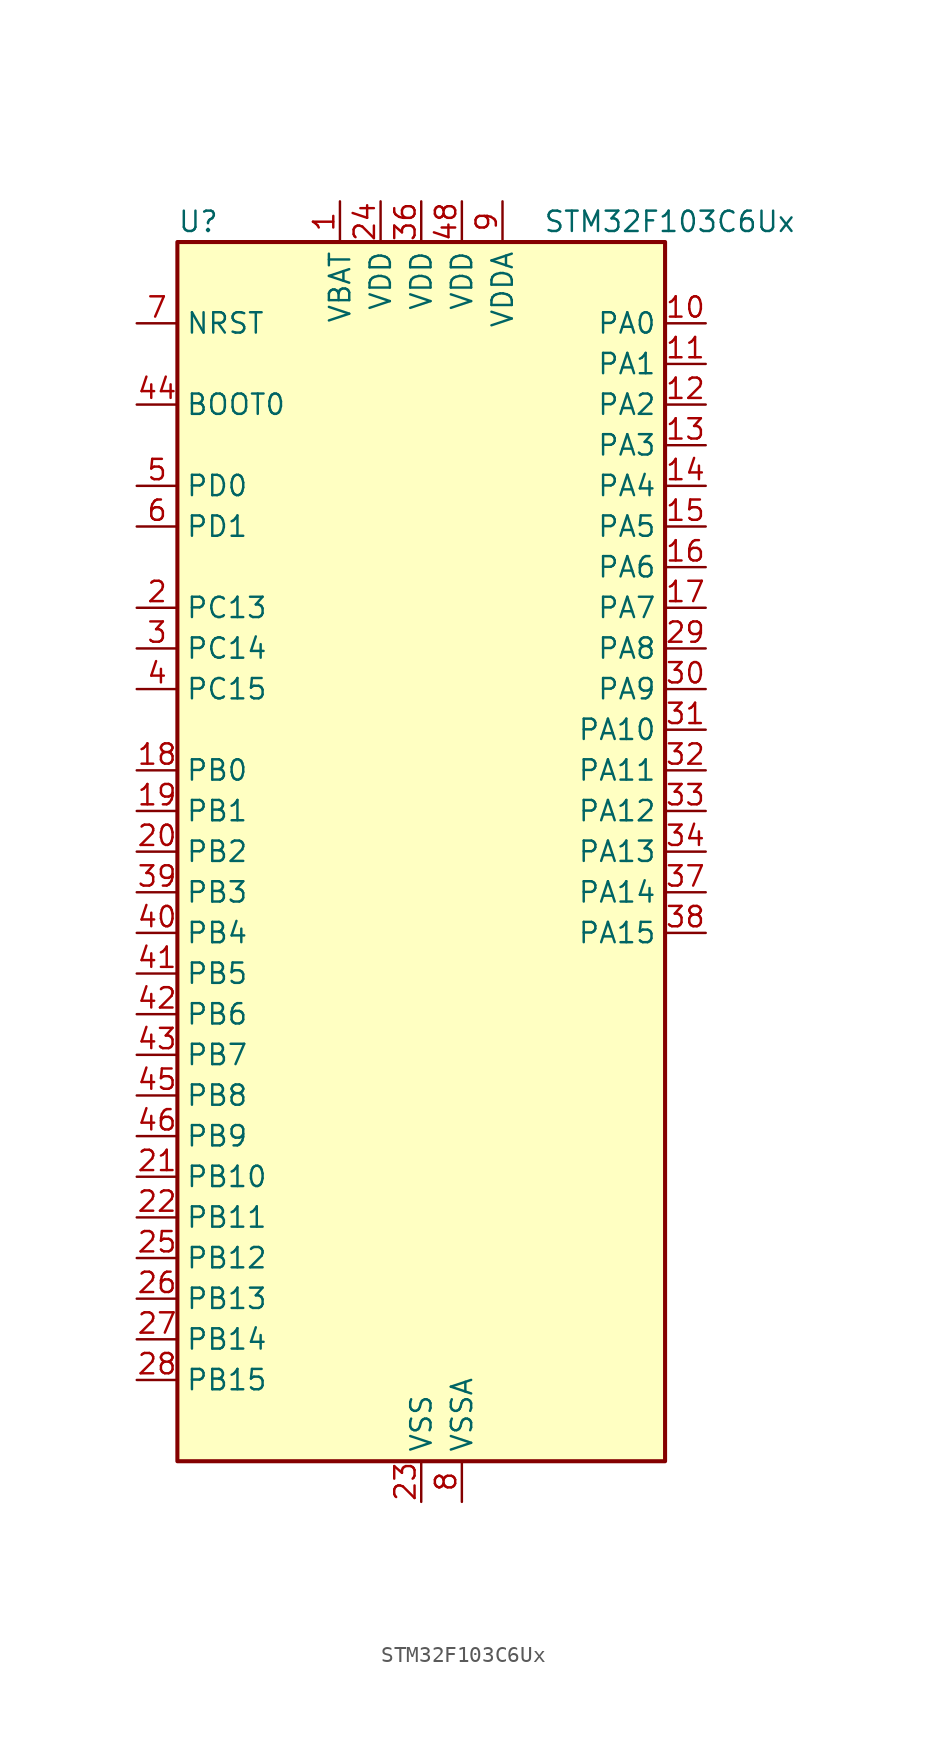
<source format=kicad_sym>
(kicad_symbol_lib
  (version 20241209)
  (generator "kicad_symbol_editor")
  (generator_version "9.0")
  (symbol "STM32F103C6Ux"
    (property "Reference" "U"
      (at -15.24 39.37 0)
      (effects (font (size 1.27 1.27)) (justify left)))
    (property "Value" "STM32F103C6Ux"
      (at 7.62 39.37 0)
      (effects (font (size 1.27 1.27)) (justify left)))
    (symbol "STM32F103C6Ux_0_1"
      (rectangle (start -15.24 -38.1) (end 15.24 38.1) (stroke (width 0.254) (type default)) (fill (type background))))
    (symbol "STM32F103C6Ux_1_1"
      (pin input line (at -17.78 33.02 0) (length 2.54) (name "NRST" (effects (font (size 1.27 1.27)))) (number "7" (effects (font (size 1.27 1.27)))))
      (pin input line (at -17.78 27.94 0) (length 2.54) (name "BOOT0" (effects (font (size 1.27 1.27)))) (number "44" (effects (font (size 1.27 1.27)))))
      (pin bidirectional line (at -17.78 22.86 0) (length 2.54) (name "PD0" (effects (font (size 1.27 1.27)))) (number "5" (effects (font (size 1.27 1.27)))) (alternate "RCC_OSC_IN" bidirectional line))
      (pin bidirectional line (at -17.78 20.32 0) (length 2.54) (name "PD1" (effects (font (size 1.27 1.27)))) (number "6" (effects (font (size 1.27 1.27)))) (alternate "RCC_OSC_OUT" bidirectional line))
      (pin bidirectional line (at -17.78 15.24 0) (length 2.54) (name "PC13" (effects (font (size 1.27 1.27)))) (number "2" (effects (font (size 1.27 1.27)))) (alternate "RTC_OUT" bidirectional line) (alternate "RTC_TAMPER" bidirectional line))
      (pin bidirectional line (at -17.78 12.7 0) (length 2.54) (name "PC14" (effects (font (size 1.27 1.27)))) (number "3" (effects (font (size 1.27 1.27)))) (alternate "RCC_OSC32_IN" bidirectional line))
      (pin bidirectional line (at -17.78 10.16 0) (length 2.54) (name "PC15" (effects (font (size 1.27 1.27)))) (number "4" (effects (font (size 1.27 1.27)))) (alternate "ADC1_EXTI15" bidirectional line) (alternate "ADC2_EXTI15" bidirectional line) (alternate "RCC_OSC32_OUT" bidirectional line))
      (pin bidirectional line (at -17.78 5.08 0) (length 2.54) (name "PB0" (effects (font (size 1.27 1.27)))) (number "18" (effects (font (size 1.27 1.27)))) (alternate "ADC1_IN8" bidirectional line) (alternate "ADC2_IN8" bidirectional line) (alternate "TIM1_CH2N" bidirectional line) (alternate "TIM3_CH3" bidirectional line))
      (pin bidirectional line (at -17.78 2.54 0) (length 2.54) (name "PB1" (effects (font (size 1.27 1.27)))) (number "19" (effects (font (size 1.27 1.27)))) (alternate "ADC1_IN9" bidirectional line) (alternate "ADC2_IN9" bidirectional line) (alternate "TIM1_CH3N" bidirectional line) (alternate "TIM3_CH4" bidirectional line))
      (pin bidirectional line (at -17.78 0 0) (length 2.54) (name "PB2" (effects (font (size 1.27 1.27)))) (number "20" (effects (font (size 1.27 1.27)))))
      (pin bidirectional line (at -17.78 -2.54 0) (length 2.54) (name "PB3" (effects (font (size 1.27 1.27)))) (number "39" (effects (font (size 1.27 1.27)))) (alternate "SPI1_SCK" bidirectional line) (alternate "SYS_JTDO-TRACESWO" bidirectional line) (alternate "TIM2_CH2" bidirectional line))
      (pin bidirectional line (at -17.78 -5.08 0) (length 2.54) (name "PB4" (effects (font (size 1.27 1.27)))) (number "40" (effects (font (size 1.27 1.27)))) (alternate "SPI1_MISO" bidirectional line) (alternate "SYS_NJTRST" bidirectional line) (alternate "TIM3_CH1" bidirectional line))
      (pin bidirectional line (at -17.78 -7.62 0) (length 2.54) (name "PB5" (effects (font (size 1.27 1.27)))) (number "41" (effects (font (size 1.27 1.27)))) (alternate "I2C1_SMBA" bidirectional line) (alternate "SPI1_MOSI" bidirectional line) (alternate "TIM3_CH2" bidirectional line))
      (pin bidirectional line (at -17.78 -10.16 0) (length 2.54) (name "PB6" (effects (font (size 1.27 1.27)))) (number "42" (effects (font (size 1.27 1.27)))) (alternate "I2C1_SCL" bidirectional line) (alternate "USART1_TX" bidirectional line))
      (pin bidirectional line (at -17.78 -12.7 0) (length 2.54) (name "PB7" (effects (font (size 1.27 1.27)))) (number "43" (effects (font (size 1.27 1.27)))) (alternate "I2C1_SDA" bidirectional line) (alternate "USART1_RX" bidirectional line))
      (pin bidirectional line (at -17.78 -15.24 0) (length 2.54) (name "PB8" (effects (font (size 1.27 1.27)))) (number "45" (effects (font (size 1.27 1.27)))) (alternate "CAN_RX" bidirectional line) (alternate "I2C1_SCL" bidirectional line))
      (pin bidirectional line (at -17.78 -17.78 0) (length 2.54) (name "PB9" (effects (font (size 1.27 1.27)))) (number "46" (effects (font (size 1.27 1.27)))) (alternate "CAN_TX" bidirectional line) (alternate "I2C1_SDA" bidirectional line))
      (pin bidirectional line (at -17.78 -20.32 0) (length 2.54) (name "PB10" (effects (font (size 1.27 1.27)))) (number "21" (effects (font (size 1.27 1.27)))) (alternate "TIM2_CH3" bidirectional line))
      (pin bidirectional line (at -17.78 -22.86 0) (length 2.54) (name "PB11" (effects (font (size 1.27 1.27)))) (number "22" (effects (font (size 1.27 1.27)))) (alternate "ADC1_EXTI11" bidirectional line) (alternate "ADC2_EXTI11" bidirectional line) (alternate "TIM2_CH4" bidirectional line))
      (pin bidirectional line (at -17.78 -25.4 0) (length 2.54) (name "PB12" (effects (font (size 1.27 1.27)))) (number "25" (effects (font (size 1.27 1.27)))) (alternate "TIM1_BKIN" bidirectional line))
      (pin bidirectional line (at -17.78 -27.94 0) (length 2.54) (name "PB13" (effects (font (size 1.27 1.27)))) (number "26" (effects (font (size 1.27 1.27)))) (alternate "TIM1_CH1N" bidirectional line))
      (pin bidirectional line (at -17.78 -30.48 0) (length 2.54) (name "PB14" (effects (font (size 1.27 1.27)))) (number "27" (effects (font (size 1.27 1.27)))) (alternate "TIM1_CH2N" bidirectional line))
      (pin bidirectional line (at -17.78 -33.02 0) (length 2.54) (name "PB15" (effects (font (size 1.27 1.27)))) (number "28" (effects (font (size 1.27 1.27)))) (alternate "ADC1_EXTI15" bidirectional line) (alternate "ADC2_EXTI15" bidirectional line) (alternate "TIM1_CH3N" bidirectional line))
      (pin power_in line (at -5.08 40.64 270) (length 2.54) (name "VBAT" (effects (font (size 1.27 1.27)))) (number "1" (effects (font (size 1.27 1.27)))))
      (pin power_in line (at -2.54 40.64 270) (length 2.54) (name "VDD" (effects (font (size 1.27 1.27)))) (number "24" (effects (font (size 1.27 1.27)))))
      (pin power_in line (at 0 40.64 270) (length 2.54) (name "VDD" (effects (font (size 1.27 1.27)))) (number "36" (effects (font (size 1.27 1.27)))))
      (pin power_in line (at 0 -40.64 90) (length 2.54) (name "VSS" (effects (font (size 1.27 1.27)))) (number "23" (effects (font (size 1.27 1.27)))))
      (pin passive line (at 0 -40.64 90) (length 2.54) (hide yes) (name "VSS" (effects (font (size 1.27 1.27)))) (number "35" (effects (font (size 1.27 1.27)))))
      (pin passive line (at 0 -40.64 90) (length 2.54) (hide yes) (name "VSS" (effects (font (size 1.27 1.27)))) (number "47" (effects (font (size 1.27 1.27)))))
      (pin passive line (at 0 -40.64 90) (length 2.54) (hide yes) (name "VSS" (effects (font (size 1.27 1.27)))) (number "49" (effects (font (size 1.27 1.27)))))
      (pin power_in line (at 2.54 40.64 270) (length 2.54) (name "VDD" (effects (font (size 1.27 1.27)))) (number "48" (effects (font (size 1.27 1.27)))))
      (pin power_in line (at 2.54 -40.64 90) (length 2.54) (name "VSSA" (effects (font (size 1.27 1.27)))) (number "8" (effects (font (size 1.27 1.27)))))
      (pin power_in line (at 5.08 40.64 270) (length 2.54) (name "VDDA" (effects (font (size 1.27 1.27)))) (number "9" (effects (font (size 1.27 1.27)))))
      (pin bidirectional line (at 17.78 33.02 180) (length 2.54) (name "PA0" (effects (font (size 1.27 1.27)))) (number "10" (effects (font (size 1.27 1.27)))) (alternate "ADC1_IN0" bidirectional line) (alternate "ADC2_IN0" bidirectional line) (alternate "SYS_WKUP" bidirectional line) (alternate "TIM2_CH1" bidirectional line) (alternate "TIM2_ETR" bidirectional line) (alternate "USART2_CTS" bidirectional line))
      (pin bidirectional line (at 17.78 30.48 180) (length 2.54) (name "PA1" (effects (font (size 1.27 1.27)))) (number "11" (effects (font (size 1.27 1.27)))) (alternate "ADC1_IN1" bidirectional line) (alternate "ADC2_IN1" bidirectional line) (alternate "TIM2_CH2" bidirectional line) (alternate "USART2_RTS" bidirectional line))
      (pin bidirectional line (at 17.78 27.94 180) (length 2.54) (name "PA2" (effects (font (size 1.27 1.27)))) (number "12" (effects (font (size 1.27 1.27)))) (alternate "ADC1_IN2" bidirectional line) (alternate "ADC2_IN2" bidirectional line) (alternate "TIM2_CH3" bidirectional line) (alternate "USART2_TX" bidirectional line))
      (pin bidirectional line (at 17.78 25.4 180) (length 2.54) (name "PA3" (effects (font (size 1.27 1.27)))) (number "13" (effects (font (size 1.27 1.27)))) (alternate "ADC1_IN3" bidirectional line) (alternate "ADC2_IN3" bidirectional line) (alternate "TIM2_CH4" bidirectional line) (alternate "USART2_RX" bidirectional line))
      (pin bidirectional line (at 17.78 22.86 180) (length 2.54) (name "PA4" (effects (font (size 1.27 1.27)))) (number "14" (effects (font (size 1.27 1.27)))) (alternate "ADC1_IN4" bidirectional line) (alternate "ADC2_IN4" bidirectional line) (alternate "SPI1_NSS" bidirectional line) (alternate "USART2_CK" bidirectional line))
      (pin bidirectional line (at 17.78 20.32 180) (length 2.54) (name "PA5" (effects (font (size 1.27 1.27)))) (number "15" (effects (font (size 1.27 1.27)))) (alternate "ADC1_IN5" bidirectional line) (alternate "ADC2_IN5" bidirectional line) (alternate "SPI1_SCK" bidirectional line))
      (pin bidirectional line (at 17.78 17.78 180) (length 2.54) (name "PA6" (effects (font (size 1.27 1.27)))) (number "16" (effects (font (size 1.27 1.27)))) (alternate "ADC1_IN6" bidirectional line) (alternate "ADC2_IN6" bidirectional line) (alternate "SPI1_MISO" bidirectional line) (alternate "TIM1_BKIN" bidirectional line) (alternate "TIM3_CH1" bidirectional line))
      (pin bidirectional line (at 17.78 15.24 180) (length 2.54) (name "PA7" (effects (font (size 1.27 1.27)))) (number "17" (effects (font (size 1.27 1.27)))) (alternate "ADC1_IN7" bidirectional line) (alternate "ADC2_IN7" bidirectional line) (alternate "SPI1_MOSI" bidirectional line) (alternate "TIM1_CH1N" bidirectional line) (alternate "TIM3_CH2" bidirectional line))
      (pin bidirectional line (at 17.78 12.7 180) (length 2.54) (name "PA8" (effects (font (size 1.27 1.27)))) (number "29" (effects (font (size 1.27 1.27)))) (alternate "RCC_MCO" bidirectional line) (alternate "TIM1_CH1" bidirectional line) (alternate "USART1_CK" bidirectional line))
      (pin bidirectional line (at 17.78 10.16 180) (length 2.54) (name "PA9" (effects (font (size 1.27 1.27)))) (number "30" (effects (font (size 1.27 1.27)))) (alternate "TIM1_CH2" bidirectional line) (alternate "USART1_TX" bidirectional line))
      (pin bidirectional line (at 17.78 7.62 180) (length 2.54) (name "PA10" (effects (font (size 1.27 1.27)))) (number "31" (effects (font (size 1.27 1.27)))) (alternate "TIM1_CH3" bidirectional line) (alternate "USART1_RX" bidirectional line))
      (pin bidirectional line (at 17.78 5.08 180) (length 2.54) (name "PA11" (effects (font (size 1.27 1.27)))) (number "32" (effects (font (size 1.27 1.27)))) (alternate "ADC1_EXTI11" bidirectional line) (alternate "ADC2_EXTI11" bidirectional line) (alternate "CAN_RX" bidirectional line) (alternate "TIM1_CH4" bidirectional line) (alternate "USART1_CTS" bidirectional line) (alternate "USB_DM" bidirectional line))
      (pin bidirectional line (at 17.78 2.54 180) (length 2.54) (name "PA12" (effects (font (size 1.27 1.27)))) (number "33" (effects (font (size 1.27 1.27)))) (alternate "CAN_TX" bidirectional line) (alternate "TIM1_ETR" bidirectional line) (alternate "USART1_RTS" bidirectional line) (alternate "USB_DP" bidirectional line))
      (pin bidirectional line (at 17.78 0 180) (length 2.54) (name "PA13" (effects (font (size 1.27 1.27)))) (number "34" (effects (font (size 1.27 1.27)))) (alternate "SYS_JTMS-SWDIO" bidirectional line))
      (pin bidirectional line (at 17.78 -2.54 180) (length 2.54) (name "PA14" (effects (font (size 1.27 1.27)))) (number "37" (effects (font (size 1.27 1.27)))) (alternate "SYS_JTCK-SWCLK" bidirectional line))
      (pin bidirectional line (at 17.78 -5.08 180) (length 2.54) (name "PA15" (effects (font (size 1.27 1.27)))) (number "38" (effects (font (size 1.27 1.27)))) (alternate "ADC1_EXTI15" bidirectional line) (alternate "ADC2_EXTI15" bidirectional line) (alternate "SPI1_NSS" bidirectional line) (alternate "SYS_JTDI" bidirectional line) (alternate "TIM2_CH1" bidirectional line) (alternate "TIM2_ETR" bidirectional line)))))
</source>
